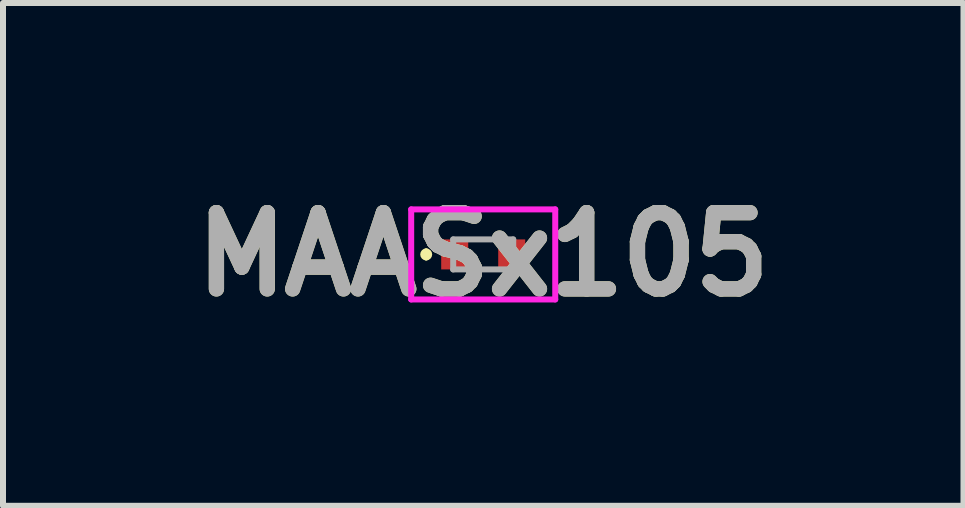
<source format=kicad_pcb>
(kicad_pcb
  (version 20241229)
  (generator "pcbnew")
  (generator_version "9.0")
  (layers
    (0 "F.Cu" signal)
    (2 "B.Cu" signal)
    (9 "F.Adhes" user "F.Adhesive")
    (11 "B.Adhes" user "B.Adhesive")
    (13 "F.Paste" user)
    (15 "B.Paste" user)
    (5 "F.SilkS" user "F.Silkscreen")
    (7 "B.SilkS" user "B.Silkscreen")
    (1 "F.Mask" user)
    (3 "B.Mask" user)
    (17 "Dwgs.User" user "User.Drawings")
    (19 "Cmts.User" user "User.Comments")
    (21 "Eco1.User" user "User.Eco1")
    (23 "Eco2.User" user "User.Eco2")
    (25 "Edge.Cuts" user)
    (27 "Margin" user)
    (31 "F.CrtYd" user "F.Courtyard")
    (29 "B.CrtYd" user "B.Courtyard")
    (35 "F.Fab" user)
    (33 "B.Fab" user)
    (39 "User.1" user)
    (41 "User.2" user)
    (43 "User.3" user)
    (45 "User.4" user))
  (footprint "MAASx105"
    (layer "F.Cu")
    (at 5.001 1.189)
    (property "Reference" "MAASx105" (at 0 0 0) (layer "F.SilkS") (effects (font (size 1.27 1.27) (thickness 0.254))))
    (attr smd)
    (fp_line (start -0.95 -0.05) (end -0.95 -0.05) (stroke (width 0.1) (type solid)) (layer "F.SilkS"))
    (fp_line (start -0.95 0.05) (end -0.95 0.05) (stroke (width 0.1) (type solid)) (layer "F.SilkS"))
    (fp_arc (start -0.95 -0.05) (mid -0.9 0) (end -0.95 0.05) (stroke (width 0.1) (type solid)) (layer "F.SilkS"))
    (fp_arc (start -0.95 0.05) (mid -1 0) (end -0.95 -0.05) (stroke (width 0.1) (type solid)) (layer "F.SilkS"))
    (fp_line (start -1.2 -0.75) (end 1.2 -0.75) (stroke (width 0.1) (type solid)) (layer "F.CrtYd"))
    (fp_line (start -1.2 0.75) (end -1.2 -0.75) (stroke (width 0.1) (type solid)) (layer "F.CrtYd"))
    (fp_line (start 1.2 -0.75) (end 1.2 0.75) (stroke (width 0.1) (type solid)) (layer "F.CrtYd"))
    (fp_line (start 1.2 0.75) (end -1.2 0.75) (stroke (width 0.1) (type solid)) (layer "F.CrtYd"))
    (fp_line (start -0.5 -0.25) (end 0.5 -0.25) (stroke (width 0.1) (type solid)) (layer "F.Fab"))
    (fp_line (start -0.5 0.25) (end -0.5 -0.25) (stroke (width 0.1) (type solid)) (layer "F.Fab"))
    (fp_line (start 0.5 -0.25) (end 0.5 0.25) (stroke (width 0.1) (type solid)) (layer "F.Fab"))
    (fp_line (start 0.5 0.25) (end -0.5 0.25) (stroke (width 0.1) (type solid)) (layer "F.Fab"))
    (fp_text user "${REFERENCE}" (at 0 0 0) (layer "F.Fab") (effects (font (size 1.27 1.27) (thickness 0.254))))
    (pad "1" smd rect (at -0.475 0) (size 0.45 0.5) (layers "F.Cu" "F.Mask" "F.Paste"))
    (pad "2" smd rect (at 0.475 0) (size 0.45 0.5) (layers "F.Cu" "F.Mask" "F.Paste")))
  (gr_rect
    (start -3 -3)
    (end 13.003 5.377)
    (stroke (width 0.1) (type default))
    (fill no)
    (layer "Edge.Cuts")))
</source>
